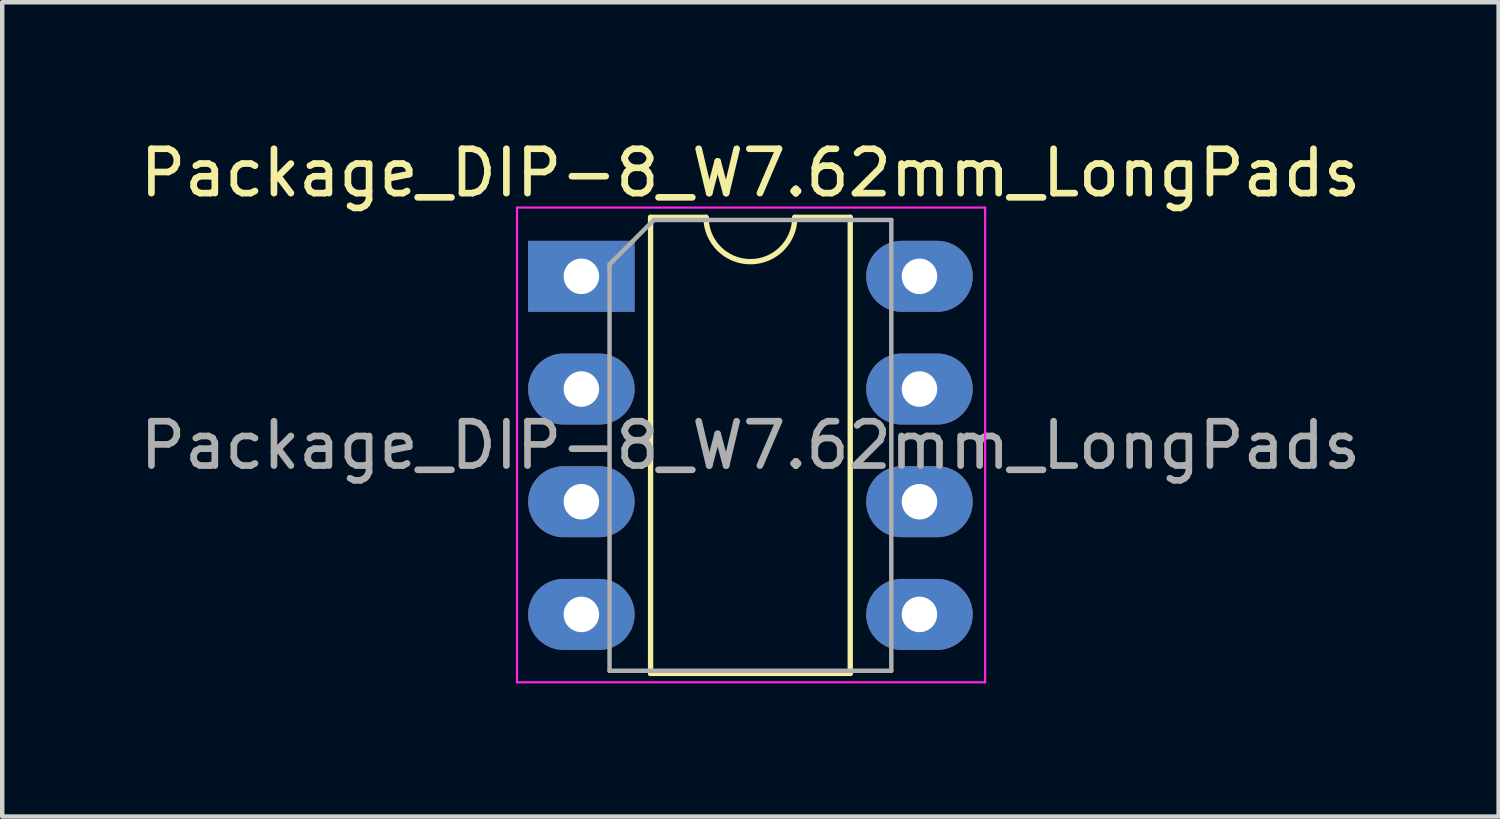
<source format=kicad_pcb>
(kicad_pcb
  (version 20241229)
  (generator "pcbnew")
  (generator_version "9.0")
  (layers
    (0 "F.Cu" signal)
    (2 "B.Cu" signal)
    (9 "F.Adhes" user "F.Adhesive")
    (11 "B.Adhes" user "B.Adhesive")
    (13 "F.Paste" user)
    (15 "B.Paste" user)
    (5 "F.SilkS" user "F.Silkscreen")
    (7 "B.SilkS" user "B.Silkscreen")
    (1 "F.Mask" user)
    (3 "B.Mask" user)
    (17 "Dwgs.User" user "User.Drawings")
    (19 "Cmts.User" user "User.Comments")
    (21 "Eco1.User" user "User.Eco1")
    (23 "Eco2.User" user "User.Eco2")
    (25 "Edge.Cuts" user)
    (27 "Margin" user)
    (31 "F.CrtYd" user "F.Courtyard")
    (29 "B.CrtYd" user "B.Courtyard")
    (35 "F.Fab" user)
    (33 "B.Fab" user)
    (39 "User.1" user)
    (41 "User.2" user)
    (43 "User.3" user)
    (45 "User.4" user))
  (footprint "Package_DIP-8_W7.62mm_LongPads"
    (layer "F.Cu")
    (at 10.053 3.178)
    (property "Reference" "Package_DIP-8_W7.62mm_LongPads" (at 3.81 -2.33 0) (layer "F.SilkS") (effects (font (size 1 1) (thickness 0.15))))
    (attr through_hole)
    (fp_line (start 1.56 -1.33) (end 1.56 8.95) (stroke (width 0.12) (type solid)) (layer "F.SilkS"))
    (fp_line (start 1.56 8.95) (end 6.06 8.95) (stroke (width 0.12) (type solid)) (layer "F.SilkS"))
    (fp_line (start 2.81 -1.33) (end 1.56 -1.33) (stroke (width 0.12) (type solid)) (layer "F.SilkS"))
    (fp_line (start 6.06 -1.33) (end 4.81 -1.33) (stroke (width 0.12) (type solid)) (layer "F.SilkS"))
    (fp_line (start 6.06 8.95) (end 6.06 -1.33) (stroke (width 0.12) (type solid)) (layer "F.SilkS"))
    (fp_arc (start 4.81 -1.33) (mid 3.81 -0.33) (end 2.81 -1.33) (stroke (width 0.12) (type solid)) (layer "F.SilkS"))
    (fp_line (start -1.45 -1.55) (end -1.45 9.15) (stroke (width 0.05) (type solid)) (layer "F.CrtYd"))
    (fp_line (start -1.45 9.15) (end 9.1 9.15) (stroke (width 0.05) (type solid)) (layer "F.CrtYd"))
    (fp_line (start 9.1 -1.55) (end -1.45 -1.55) (stroke (width 0.05) (type solid)) (layer "F.CrtYd"))
    (fp_line (start 9.1 9.15) (end 9.1 -1.55) (stroke (width 0.05) (type solid)) (layer "F.CrtYd"))
    (fp_line (start 0.635 -0.27) (end 1.635 -1.27) (stroke (width 0.1) (type solid)) (layer "F.Fab"))
    (fp_line (start 0.635 8.89) (end 0.635 -0.27) (stroke (width 0.1) (type solid)) (layer "F.Fab"))
    (fp_line (start 1.635 -1.27) (end 6.985 -1.27) (stroke (width 0.1) (type solid)) (layer "F.Fab"))
    (fp_line (start 6.985 -1.27) (end 6.985 8.89) (stroke (width 0.1) (type solid)) (layer "F.Fab"))
    (fp_line (start 6.985 8.89) (end 0.635 8.89) (stroke (width 0.1) (type solid)) (layer "F.Fab"))
    (fp_text user "${REFERENCE}" (at 3.81 3.81 0) (layer "F.Fab") (effects (font (size 1 1) (thickness 0.15))))
    (pad "1" thru_hole rect (at 0 0) (size 2.4 1.6) (drill 0.8) (layers "*.Cu" "*.Mask"))
    (pad "2" thru_hole oval (at 0 2.54) (size 2.4 1.6) (drill 0.8) (layers "*.Cu" "*.Mask"))
    (pad "3" thru_hole oval (at 0 5.08) (size 2.4 1.6) (drill 0.8) (layers "*.Cu" "*.Mask"))
    (pad "4" thru_hole oval (at 0 7.62) (size 2.4 1.6) (drill 0.8) (layers "*.Cu" "*.Mask"))
    (pad "5" thru_hole oval (at 7.62 7.62) (size 2.4 1.6) (drill 0.8) (layers "*.Cu" "*.Mask"))
    (pad "6" thru_hole oval (at 7.62 5.08) (size 2.4 1.6) (drill 0.8) (layers "*.Cu" "*.Mask"))
    (pad "7" thru_hole oval (at 7.62 2.54) (size 2.4 1.6) (drill 0.8) (layers "*.Cu" "*.Mask"))
    (pad "8" thru_hole oval (at 7.62 0) (size 2.4 1.6) (drill 0.8) (layers "*.Cu" "*.Mask")))
  (gr_rect
    (start -3 -3)
    (end 30.726 15.353)
    (stroke (width 0.1) (type default))
    (fill no)
    (layer "Edge.Cuts")))
</source>
